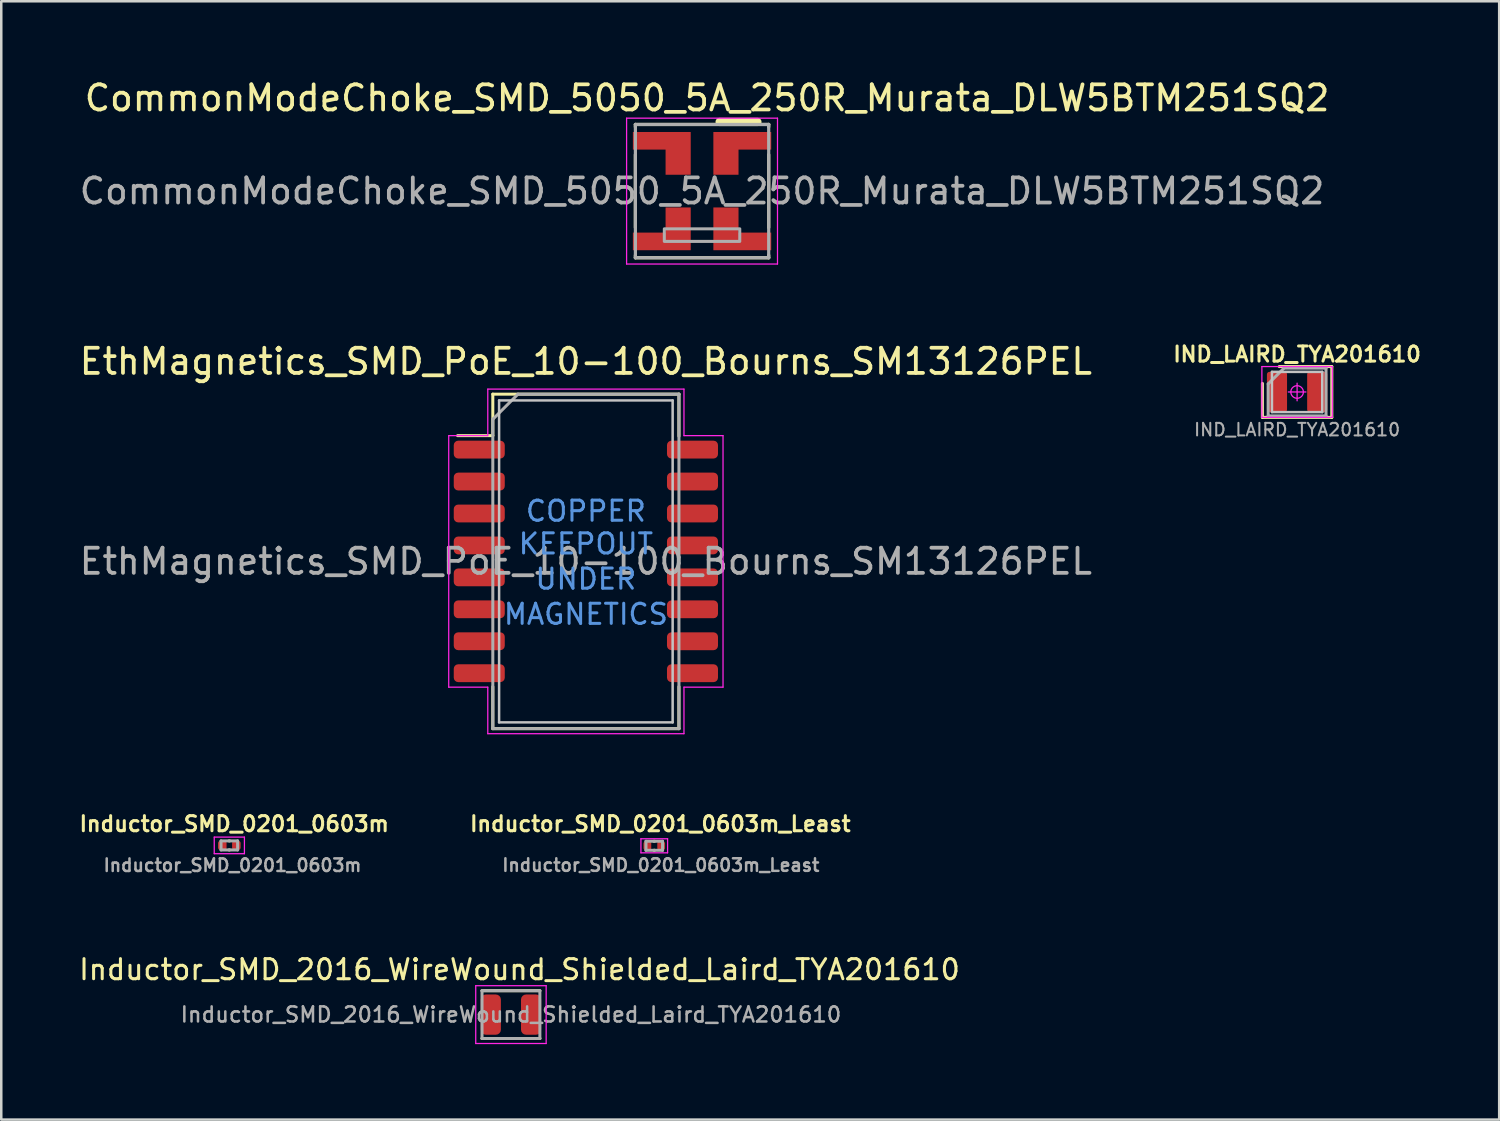
<source format=kicad_pcb>
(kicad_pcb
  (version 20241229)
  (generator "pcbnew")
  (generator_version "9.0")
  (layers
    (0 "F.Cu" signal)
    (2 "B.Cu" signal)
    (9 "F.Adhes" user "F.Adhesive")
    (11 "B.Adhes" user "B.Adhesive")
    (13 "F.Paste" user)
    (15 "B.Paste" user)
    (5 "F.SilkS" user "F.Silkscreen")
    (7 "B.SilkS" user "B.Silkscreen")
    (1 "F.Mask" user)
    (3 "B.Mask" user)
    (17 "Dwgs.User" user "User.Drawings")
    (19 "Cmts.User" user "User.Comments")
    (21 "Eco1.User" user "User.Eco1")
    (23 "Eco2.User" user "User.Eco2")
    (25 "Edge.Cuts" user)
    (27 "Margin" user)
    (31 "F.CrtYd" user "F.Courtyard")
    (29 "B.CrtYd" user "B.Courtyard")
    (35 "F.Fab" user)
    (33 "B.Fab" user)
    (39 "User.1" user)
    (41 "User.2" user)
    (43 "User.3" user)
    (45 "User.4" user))
  (footprint "Inductor_SMD_0201_0603m"
    (layer "F.Cu")
    (at 6.068 30.563)
    (property "Reference" "Inductor_SMD_0201_0603m" (at 0.195 -0.855 0) (layer "F.SilkS") (effects (font (size 0.6 0.6) (thickness 0.12))))
    (attr smd)
    (fp_line (start -0.01 -0.18) (end 0.01 -0.18) (stroke (width 0.12) (type solid)) (layer "F.SilkS"))
    (fp_line (start -0.01 0.18) (end 0.01 0.18) (stroke (width 0.12) (type solid)) (layer "F.SilkS"))
    (fp_line (start -0.6 -0.33) (end 0.6 -0.33) (stroke (width 0.05) (type solid)) (layer "F.CrtYd"))
    (fp_line (start -0.6 0.33) (end -0.6 -0.33) (stroke (width 0.05) (type solid)) (layer "F.CrtYd"))
    (fp_line (start 0.6 -0.33) (end 0.6 0.33) (stroke (width 0.05) (type solid)) (layer "F.CrtYd"))
    (fp_line (start 0.6 0.33) (end -0.6 0.33) (stroke (width 0.05) (type solid)) (layer "F.CrtYd"))
    (fp_line (start -0.33 -0.18) (end 0.33 -0.18) (stroke (width 0.12) (type solid)) (layer "F.Fab"))
    (fp_line (start -0.33 0.18) (end -0.33 -0.18) (stroke (width 0.12) (type solid)) (layer "F.Fab"))
    (fp_line (start 0.33 -0.18) (end 0.33 0.18) (stroke (width 0.12) (type solid)) (layer "F.Fab"))
    (fp_line (start 0.33 0.18) (end -0.33 0.18) (stroke (width 0.12) (type solid)) (layer "F.Fab"))
    (fp_text user "${REFERENCE}" (at 0.125 0.79 0) (layer "F.Fab") (effects (font (size 0.5 0.5) (thickness 0.1))))
    (pad "1" smd roundrect (at -0.28 0) (size 0.34 0.36) (layers "F.Cu" "F.Mask" "F.Paste") (roundrect_rratio 0.265))
    (pad "2" smd roundrect (at 0.28 0) (size 0.34 0.36) (layers "F.Cu" "F.Mask" "F.Paste") (roundrect_rratio 0.265)))
  (footprint "Inductor_SMD_2016_WireWound_Shielded_Laird_TYA201610"
    (layer "F.Cu")
    (at 17.265 37.29)
    (property "Reference" "Inductor_SMD_2016_WireWound_Shielded_Laird_TYA201610" (at 0.34 -1.79 0) (unlocked yes) (layer "F.SilkS") (effects (font (size 0.8 0.8) (thickness 0.12))))
    (attr smd)
    (fp_line (start -1.15 -0.95) (end 1.15 -0.95) (stroke (width 0.12) (type solid)) (layer "F.SilkS"))
    (fp_line (start 1.15 0.95) (end -1.15 0.95) (stroke (width 0.12) (type solid)) (layer "F.SilkS"))
    (fp_line (start -1.4 -1.15) (end 1.4 -1.15) (stroke (width 0.05) (type solid)) (layer "F.CrtYd"))
    (fp_line (start -1.4 1.15) (end -1.4 -1.15) (stroke (width 0.05) (type solid)) (layer "F.CrtYd"))
    (fp_line (start 1.4 -1.15) (end 1.4 1.15) (stroke (width 0.05) (type solid)) (layer "F.CrtYd"))
    (fp_line (start 1.4 1.15) (end -1.4 1.15) (stroke (width 0.05) (type solid)) (layer "F.CrtYd"))
    (fp_line (start -1.15 -0.95) (end 1.15 -0.95) (stroke (width 0.12) (type solid)) (layer "F.Fab"))
    (fp_line (start -1.15 0.95) (end -1.15 -0.95) (stroke (width 0.12) (type solid)) (layer "F.Fab"))
    (fp_line (start 1.15 -0.95) (end 1.15 0.95) (stroke (width 0.12) (type solid)) (layer "F.Fab"))
    (fp_line (start 1.15 0.95) (end -1.15 0.95) (stroke (width 0.12) (type solid)) (layer "F.Fab"))
    (fp_text user "${REFERENCE}" (at 0 0 0) (layer "F.Fab") (effects (font (size 0.6 0.6) (thickness 0.1))))
    (pad "1" smd roundrect (at -0.8 0) (size 0.8 1.6) (layers "F.Cu" "F.Mask" "F.Paste") (roundrect_rratio 0.25))
    (pad "2" smd roundrect (at 0.8 0) (size 0.8 1.6) (layers "F.Cu" "F.Mask" "F.Paste") (roundrect_rratio 0.25)))
  (footprint "IND_LAIRD_TYA201610"
    (layer "F.Cu")
    (at 48.522 12.535)
    (property "Reference" "IND_LAIRD_TYA201610" (at 0 -1.5 0) (layer "F.SilkS") (effects (font (size 0.6 0.6) (thickness 0.12))))
    (attr smd)
    (fp_line (start -1.38 1.01) (end -1.38 -0.34) (stroke (width 0.12) (type solid)) (layer "F.SilkS"))
    (fp_line (start -0.71 -1.01) (end 1.38 -1.01) (stroke (width 0.12) (type solid)) (layer "F.SilkS"))
    (fp_line (start 1.38 -1.01) (end 1.38 1.01) (stroke (width 0.12) (type solid)) (layer "F.SilkS"))
    (fp_line (start 1.38 1.01) (end -1.38 1.01) (stroke (width 0.12) (type solid)) (layer "F.SilkS"))
    (fp_line (start -1 -0.8) (end 1 -0.8) (stroke (width 0.1) (type solid)) (layer "Dwgs.User"))
    (fp_line (start -1 0.8) (end -1 -0.8) (stroke (width 0.1) (type solid)) (layer "Dwgs.User"))
    (fp_line (start 1 -0.8) (end 1 0.8) (stroke (width 0.1) (type solid)) (layer "Dwgs.User"))
    (fp_line (start 1 0.8) (end -1 0.8) (stroke (width 0.1) (type solid)) (layer "Dwgs.User"))
    (fp_line (start -1.4 -1.01) (end 1.4 -1.01) (stroke (width 0.05) (type solid)) (layer "F.CrtYd"))
    (fp_line (start -1.4 1.01) (end -1.4 -1.01) (stroke (width 0.05) (type solid)) (layer "F.CrtYd"))
    (fp_line (start 0 -0.35) (end 0 0.35) (stroke (width 0.05) (type solid)) (layer "F.CrtYd"))
    (fp_line (start 0.35 0) (end -0.35 0) (stroke (width 0.05) (type solid)) (layer "F.CrtYd"))
    (fp_line (start 1.4 -1.01) (end 1.4 1.01) (stroke (width 0.05) (type solid)) (layer "F.CrtYd"))
    (fp_line (start 1.4 1.01) (end -1.4 1.01) (stroke (width 0.05) (type solid)) (layer "F.CrtYd"))
    (fp_circle (center 0 0) (end 0 0.25) (stroke (width 0.05) (type solid)) (fill no) (layer "F.CrtYd"))
    (fp_line (start -1.15 -0.32) (end -0.52 -0.95) (stroke (width 0.12) (type solid)) (layer "F.Fab"))
    (fp_line (start -1.15 0.95) (end -1.15 -0.32) (stroke (width 0.12) (type solid)) (layer "F.Fab"))
    (fp_line (start -0.52 -0.95) (end 1.15 -0.95) (stroke (width 0.12) (type solid)) (layer "F.Fab"))
    (fp_line (start 1.15 -0.95) (end 1.15 0.95) (stroke (width 0.12) (type solid)) (layer "F.Fab"))
    (fp_line (start 1.15 0.95) (end -1.15 0.95) (stroke (width 0.12) (type solid)) (layer "F.Fab"))
    (fp_text user "${REFERENCE}" (at 0 1.5 0) (layer "F.Fab") (effects (font (size 0.5 0.5) (thickness 0.08))))
    (pad "1" smd roundrect (at -0.8 0) (size 0.8 1.6) (layers "F.Cu" "F.Mask" "F.Paste") (roundrect_rratio 0.125))
    (pad "2" smd roundrect (at 0.8 0) (size 0.8 1.6) (layers "F.Cu" "F.Mask" "F.Paste") (roundrect_rratio 0.125)))
  (footprint "Inductor_SMD_0201_0603m_Least"
    (layer "F.Cu")
    (at 22.963 30.578)
    (property "Reference" "Inductor_SMD_0201_0603m_Least" (at 0.24 -0.87 0) (layer "F.SilkS") (effects (font (size 0.6 0.6) (thickness 0.12))))
    (attr smd)
    (fp_line (start -0.01 -0.18) (end 0.01 -0.18) (stroke (width 0.12) (type solid)) (layer "F.SilkS"))
    (fp_line (start -0.01 0.18) (end 0.01 0.18) (stroke (width 0.12) (type solid)) (layer "F.SilkS"))
    (fp_line (start -0.53 -0.28) (end 0.53 -0.28) (stroke (width 0.05) (type solid)) (layer "F.CrtYd"))
    (fp_line (start -0.53 0.28) (end -0.53 -0.28) (stroke (width 0.05) (type solid)) (layer "F.CrtYd"))
    (fp_line (start 0.53 -0.28) (end 0.53 0.28) (stroke (width 0.05) (type solid)) (layer "F.CrtYd"))
    (fp_line (start 0.53 0.28) (end -0.53 0.28) (stroke (width 0.05) (type solid)) (layer "F.CrtYd"))
    (fp_line (start -0.33 -0.18) (end 0.33 -0.18) (stroke (width 0.12) (type solid)) (layer "F.Fab"))
    (fp_line (start -0.33 0.18) (end -0.33 -0.18) (stroke (width 0.12) (type solid)) (layer "F.Fab"))
    (fp_line (start 0.33 -0.18) (end 0.33 0.18) (stroke (width 0.12) (type solid)) (layer "F.Fab"))
    (fp_line (start 0.33 0.18) (end -0.33 0.18) (stroke (width 0.12) (type solid)) (layer "F.Fab"))
    (fp_text user "${REFERENCE}" (at 0.26 0.77 0) (layer "F.Fab") (effects (font (size 0.5 0.5) (thickness 0.1))))
    (pad "1" smd roundrect (at -0.275 0) (size 0.31 0.34) (layers "F.Cu" "F.Mask" "F.Paste") (roundrect_rratio 0.258))
    (pad "2" smd roundrect (at 0.275 0) (size 0.31 0.34) (layers "F.Cu" "F.Mask" "F.Paste") (roundrect_rratio 0.258)))
  (footprint "EthMagnetics_SMD_PoE_10-100_Bourns_SM13126PEL"
    (layer "F.Cu")
    (at 20.244 19.271)
    (property "Reference" "EthMagnetics_SMD_PoE_10-100_Bourns_SM13126PEL" (at 0 -7.95 0) (layer "F.SilkS") (effects (font (size 1 1) (thickness 0.15))))
    (attr smd)
    (fp_line (start -3.7 -6.65) (end 3.7 -6.65) (stroke (width 0.12) (type solid)) (layer "F.SilkS"))
    (fp_line (start -3.7 -5) (end -5.1 -5) (stroke (width 0.12) (type solid)) (layer "F.SilkS"))
    (fp_line (start -3.7 -5) (end -3.7 -6.65) (stroke (width 0.12) (type solid)) (layer "F.SilkS"))
    (fp_line (start -3.7 4.98) (end -3.7 6.65) (stroke (width 0.12) (type solid)) (layer "F.SilkS"))
    (fp_line (start -3.7 6.65) (end 3.7 6.65) (stroke (width 0.12) (type solid)) (layer "F.SilkS"))
    (fp_line (start 3.7 -6.65) (end 3.7 -4.98) (stroke (width 0.12) (type solid)) (layer "F.SilkS"))
    (fp_line (start 3.7 6.65) (end 3.7 4.98) (stroke (width 0.12) (type solid)) (layer "F.SilkS"))
    (fp_line (start -3.45 -6.4) (end 3.45 -6.4) (stroke (width 0.1) (type default)) (layer "Dwgs.User"))
    (fp_line (start -3.45 6.4) (end -3.45 -6.4) (stroke (width 0.1) (type default)) (layer "Dwgs.User"))
    (fp_line (start 3.45 -6.4) (end 3.45 6.4) (stroke (width 0.1) (type default)) (layer "Dwgs.User"))
    (fp_line (start 3.45 6.4) (end -3.45 6.4) (stroke (width 0.1) (type default)) (layer "Dwgs.User"))
    (fp_line (start -5.453 -5) (end -5.453 5) (stroke (width 0.05) (type solid)) (layer "F.CrtYd"))
    (fp_line (start -5.453 5) (end -3.9 5) (stroke (width 0.05) (type solid)) (layer "F.CrtYd"))
    (fp_line (start -3.9 -6.85) (end -3.9 -5) (stroke (width 0.05) (type solid)) (layer "F.CrtYd"))
    (fp_line (start -3.9 -5) (end -5.453 -5) (stroke (width 0.05) (type solid)) (layer "F.CrtYd"))
    (fp_line (start -3.9 5) (end -3.9 6.85) (stroke (width 0.05) (type solid)) (layer "F.CrtYd"))
    (fp_line (start -3.9 6.85) (end 3.9 6.85) (stroke (width 0.05) (type solid)) (layer "F.CrtYd"))
    (fp_line (start 3.9 -6.85) (end -3.9 -6.85) (stroke (width 0.05) (type solid)) (layer "F.CrtYd"))
    (fp_line (start 3.9 -5) (end 3.9 -6.85) (stroke (width 0.05) (type solid)) (layer "F.CrtYd"))
    (fp_line (start 3.9 5) (end 5.453 5) (stroke (width 0.05) (type solid)) (layer "F.CrtYd"))
    (fp_line (start 3.9 6.85) (end 3.9 5) (stroke (width 0.05) (type solid)) (layer "F.CrtYd"))
    (fp_line (start 5.453 -5) (end 3.9 -5) (stroke (width 0.05) (type solid)) (layer "F.CrtYd"))
    (fp_line (start 5.453 5) (end 5.453 -5) (stroke (width 0.05) (type solid)) (layer "F.CrtYd"))
    (fp_line (start -3.7 -5.65) (end -2.7 -6.65) (stroke (width 0.12) (type solid)) (layer "F.Fab"))
    (fp_line (start -3.7 6.65) (end -3.7 -5.65) (stroke (width 0.12) (type solid)) (layer "F.Fab"))
    (fp_line (start -2.7 -6.65) (end 3.7 -6.65) (stroke (width 0.12) (type solid)) (layer "F.Fab"))
    (fp_line (start 3.7 -6.65) (end 3.7 6.65) (stroke (width 0.12) (type solid)) (layer "F.Fab"))
    (fp_line (start 3.7 6.65) (end -3.7 6.65) (stroke (width 0.12) (type solid)) (layer "F.Fab"))
    (fp_text user "UNDER" (at 0 0.7 0) (unlocked yes) (layer "Cmts.User") (effects (font (size 0.8 0.8) (thickness 0.12))))
    (fp_text user "KEEPOUT" (at 0 -0.7 0) (unlocked yes) (layer "Cmts.User") (effects (font (size 0.8 0.8) (thickness 0.12))))
    (fp_text user "COPPER" (at 0 -2 0) (unlocked yes) (layer "Cmts.User") (effects (font (size 0.8 0.8) (thickness 0.12))))
    (fp_text user "MAGNETICS" (at 0 2.1 0) (unlocked yes) (layer "Cmts.User") (effects (font (size 0.8 0.8) (thickness 0.12))))
    (fp_text user "${REFERENCE}" (at 0 0 0) (layer "F.Fab") (effects (font (size 1 1) (thickness 0.15))))
    (pad "1" smd roundrect (at -4.239 -4.445) (size 2.028 0.709) (layers "F.Cu" "F.Mask" "F.Paste") (roundrect_rratio 0.25))
    (pad "2" smd roundrect (at -4.239 -3.175) (size 2.028 0.709) (layers "F.Cu" "F.Mask" "F.Paste") (roundrect_rratio 0.25))
    (pad "3" smd roundrect (at -4.239 -1.905) (size 2.028 0.709) (layers "F.Cu" "F.Mask" "F.Paste") (roundrect_rratio 0.25))
    (pad "4" smd roundrect (at -4.239 -0.635) (size 2.028 0.709) (layers "F.Cu" "F.Mask" "F.Paste") (roundrect_rratio 0.25))
    (pad "5" smd roundrect (at -4.239 0.635) (size 2.028 0.709) (layers "F.Cu" "F.Mask" "F.Paste") (roundrect_rratio 0.25))
    (pad "6" smd roundrect (at -4.239 1.905) (size 2.028 0.709) (layers "F.Cu" "F.Mask" "F.Paste") (roundrect_rratio 0.25))
    (pad "7" smd roundrect (at -4.239 3.175) (size 2.028 0.709) (layers "F.Cu" "F.Mask" "F.Paste") (roundrect_rratio 0.25))
    (pad "8" smd roundrect (at -4.239 4.445) (size 2.028 0.709) (layers "F.Cu" "F.Mask" "F.Paste") (roundrect_rratio 0.25))
    (pad "9" smd roundrect (at 4.239 4.445) (size 2.028 0.709) (layers "F.Cu" "F.Mask" "F.Paste") (roundrect_rratio 0.25))
    (pad "10" smd roundrect (at 4.239 3.175) (size 2.028 0.709) (layers "F.Cu" "F.Mask" "F.Paste") (roundrect_rratio 0.25))
    (pad "11" smd roundrect (at 4.239 1.905) (size 2.028 0.709) (layers "F.Cu" "F.Mask" "F.Paste") (roundrect_rratio 0.25))
    (pad "12" smd roundrect (at 4.239 0.635) (size 2.028 0.709) (layers "F.Cu" "F.Mask" "F.Paste") (roundrect_rratio 0.25))
    (pad "13" smd roundrect (at 4.239 -0.635) (size 2.028 0.709) (layers "F.Cu" "F.Mask" "F.Paste") (roundrect_rratio 0.25))
    (pad "14" smd roundrect (at 4.239 -1.905) (size 2.028 0.709) (layers "F.Cu" "F.Mask" "F.Paste") (roundrect_rratio 0.25))
    (pad "15" smd roundrect (at 4.239 -3.175) (size 2.028 0.709) (layers "F.Cu" "F.Mask" "F.Paste") (roundrect_rratio 0.25))
    (pad "16" smd roundrect (at 4.239 -4.445) (size 2.028 0.709) (layers "F.Cu" "F.Mask" "F.Paste") (roundrect_rratio 0.25)))
  (footprint "CommonModeChoke_SMD_5050_5A_250R_Murata_DLW5BTM251SQ2"
    (layer "F.Cu")
    (at 24.863 4.548)
    (property "Reference" "CommonModeChoke_SMD_5050_5A_250R_Murata_DLW5BTM251SQ2" (at 0.2 -3.7 0) (layer "F.SilkS") (effects (font (size 1 1) (thickness 0.15))))
    (attr smd)
    (fp_line (start -2.65 -2.65) (end -2.65 -2.55) (stroke (width 0.127) (type solid)) (layer "F.SilkS"))
    (fp_line (start -2.65 1.45) (end -2.65 -1.45) (stroke (width 0.127) (type solid)) (layer "F.SilkS"))
    (fp_line (start -2.65 2.55) (end -2.65 2.65) (stroke (width 0.127) (type solid)) (layer "F.SilkS"))
    (fp_line (start -2.65 2.65) (end 2.65 2.65) (stroke (width 0.127) (type solid)) (layer "F.SilkS"))
    (fp_line (start 0.7 -2.75) (end 2.2 -2.75) (stroke (width 0.33) (type default)) (layer "F.SilkS"))
    (fp_line (start 2.65 -2.65) (end -2.65 -2.65) (stroke (width 0.127) (type solid)) (layer "F.SilkS"))
    (fp_line (start 2.65 -2.65) (end 2.65 -2.55) (stroke (width 0.127) (type solid)) (layer "F.SilkS"))
    (fp_line (start 2.65 1.45) (end 2.65 -1.45) (stroke (width 0.127) (type solid)) (layer "F.SilkS"))
    (fp_line (start 2.65 2.55) (end 2.65 2.65) (stroke (width 0.127) (type solid)) (layer "F.SilkS"))
    (fp_line (start -3 -2.9) (end 3 -2.9) (stroke (width 0.05) (type solid)) (layer "F.CrtYd"))
    (fp_line (start -3 2.9) (end -3 -2.9) (stroke (width 0.05) (type solid)) (layer "F.CrtYd"))
    (fp_line (start 3 -2.9) (end 3 2.9) (stroke (width 0.05) (type solid)) (layer "F.CrtYd"))
    (fp_line (start 3 2.9) (end -3 2.9) (stroke (width 0.05) (type solid)) (layer "F.CrtYd"))
    (fp_line (start -2.65 -2.65) (end -2.65 2.65) (stroke (width 0.127) (type solid)) (layer "F.Fab"))
    (fp_line (start -2.65 2.65) (end 2.65 2.65) (stroke (width 0.127) (type solid)) (layer "F.Fab"))
    (fp_line (start 2.65 -2.65) (end -2.65 -2.65) (stroke (width 0.127) (type solid)) (layer "F.Fab"))
    (fp_line (start 2.65 2.65) (end 2.65 -2.65) (stroke (width 0.127) (type solid)) (layer "F.Fab"))
    (fp_rect (start -1.5 2) (end 1.5 1.5) (stroke (width 0.12) (type default)) (fill no) (layer "F.Fab"))
    (fp_text user "${REFERENCE}" (at 0 0 0) (unlocked yes) (layer "F.Fab") (effects (font (size 1 1) (thickness 0.15))))
    (pad "1" smd custom (at 0.875 -1.075) (size 0.75 0.75) (layers "F.Cu" "F.Mask" "F.Paste") (options (anchor rect)) (primitives (gr_poly (pts (xy -0.425 -1.275) (xy 1.875 -1.275) (xy 1.875 -0.575) (xy 0.575 -0.575) (xy 0.575 0.425) (xy -0.425 0.425)) (width 0.0001) (fill yes))))
    (pad "2" smd custom (at -0.875 -1.075) (size 0.75 0.75) (layers "F.Cu" "F.Mask" "F.Paste") (options (anchor rect)) (primitives (gr_poly (pts (xy 0.425 -1.275) (xy -1.875 -1.275) (xy -1.875 -0.575) (xy -0.575 -0.575) (xy -0.575 0.425) (xy 0.425 0.425)) (width 0.0001) (fill yes))))
    (pad "3" smd custom (at -0.875 1.075) (size 0.75 0.75) (layers "F.Cu" "F.Mask" "F.Paste") (options (anchor rect)) (primitives (gr_poly (pts (xy 0.425 1.275) (xy -1.875 1.275) (xy -1.875 0.575) (xy -0.575 0.575) (xy -0.575 -0.425) (xy 0.425 -0.425)) (width 0.0001) (fill yes))))
    (pad "4" smd custom (at 0.875 1.075) (size 0.75 0.75) (layers "F.Cu" "F.Mask" "F.Paste") (options (anchor rect)) (primitives (gr_poly (pts (xy -0.425 1.275) (xy 1.875 1.275) (xy 1.875 0.575) (xy 0.575 0.575) (xy 0.575 -0.425) (xy -0.425 -0.425)) (width 0.0001) (fill yes)))))
  (gr_rect
    (start -3 -3)
    (end 56.557 41.465)
    (stroke (width 0.1) (type default))
    (fill no)
    (layer "Edge.Cuts")))
</source>
